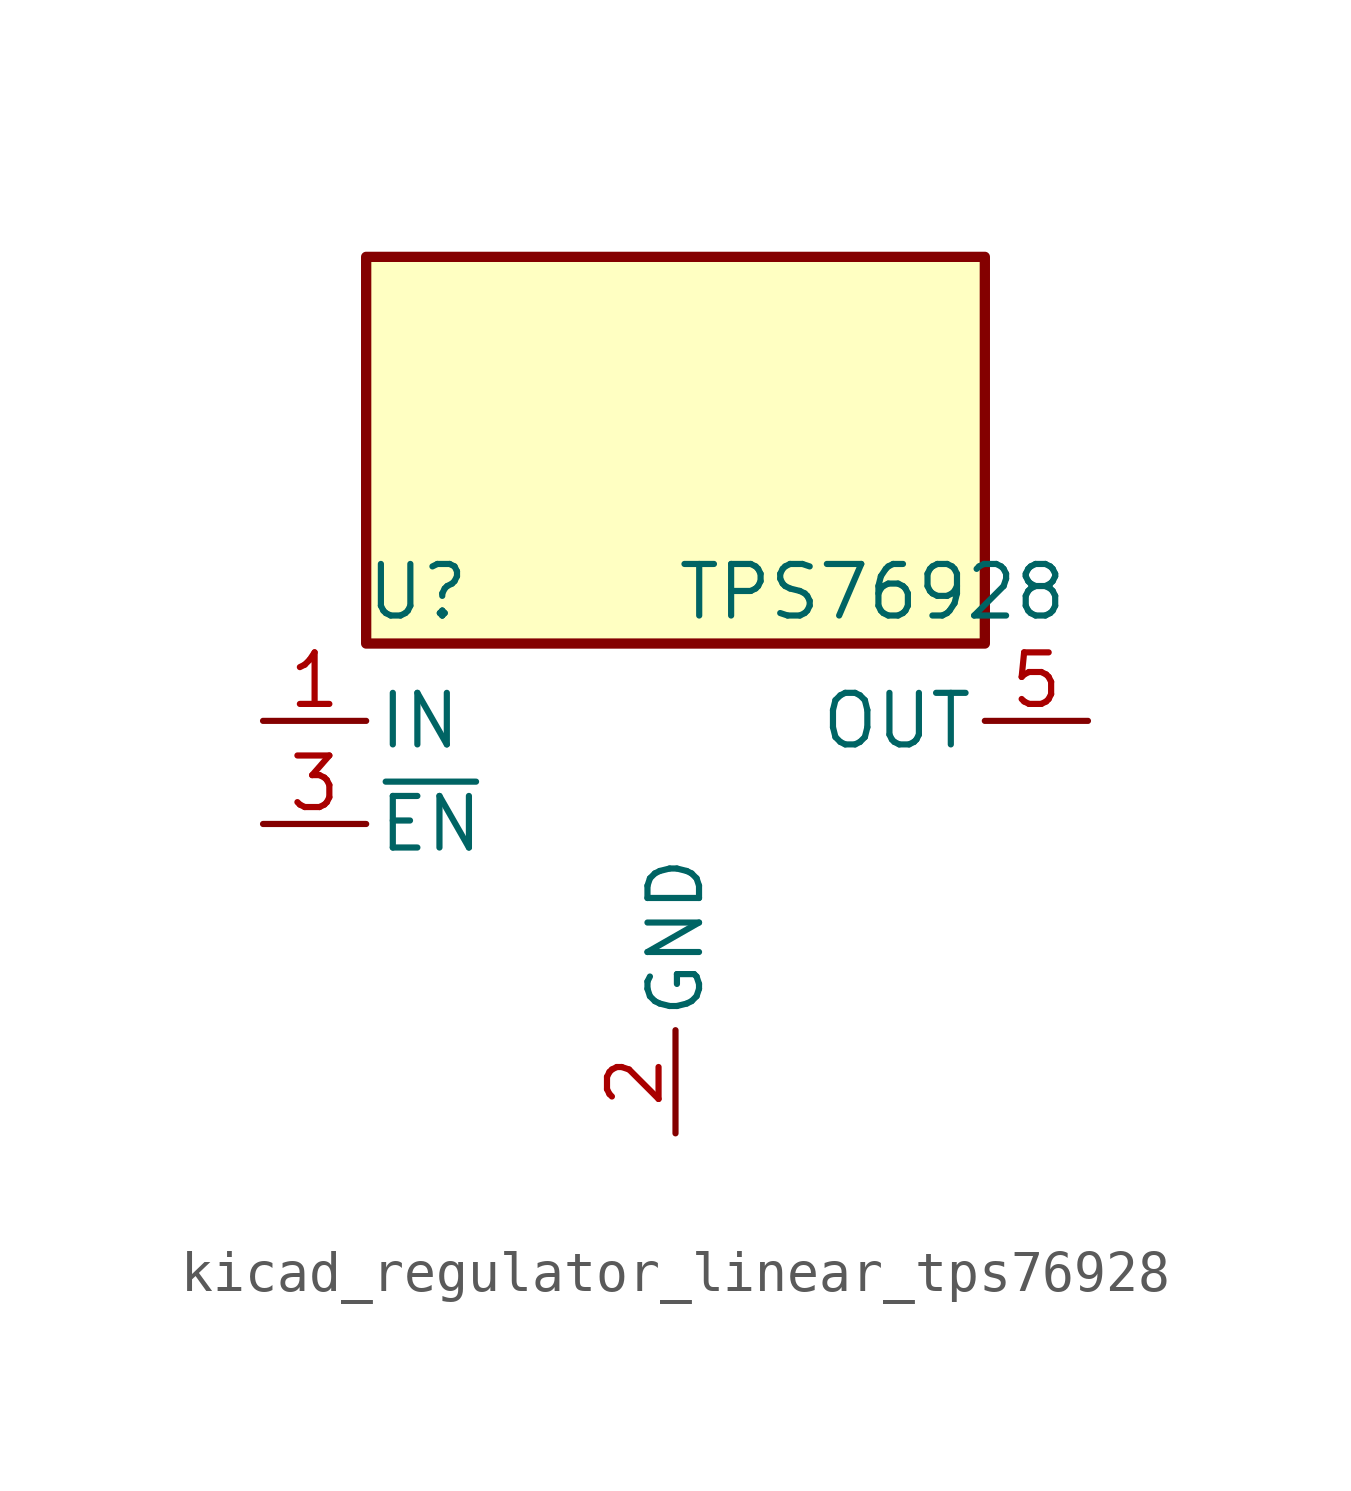
<source format=kicad_sym>
(kicad_symbol_lib
  (version 20220914)
  (generator kicad_symbol_editor)
  (symbol "kicad_regulator_linear_tps76928"
    (pin_names
      (offset 0.254))
    (property "Reference" "U"
      (at -6.35 5.715 0)
      (effects (font (size 1.27 1.27))))
    (property "Value" "TPS76928"
      (at 0 5.715 0)
      (effects (font (size 1.27 1.27)) (justify left)))
    (symbol "kicad_regulator_linear_tps76928_0_1"
      (rectangle (start 7.62 13.97) (end -7.62 4.445) (stroke (width 0.254) (type default)) (fill (type background))))
    (symbol "kicad_regulator_linear_tps76928_1_1"
      (pin power_in line (at -10.16 2.54 0) (length 2.54) (name "IN" (effects (font (size 1.27 1.27)))) (number "1" (effects (font (size 1.27 1.27)))))
      (pin power_in line (at 0 -7.62 90) (length 2.54) (name "GND" (effects (font (size 1.27 1.27)))) (number "2" (effects (font (size 1.27 1.27)))))
      (pin input line (at -10.16 0 0) (length 2.54) (name "~{EN}" (effects (font (size 1.27 1.27)))) (number "3" (effects (font (size 1.27 1.27)))))
      (pin no_connect line (at 7.62 0 180) (length 2.54) hide (name "NC" (effects (font (size 1.27 1.27)))) (number "4" (effects (font (size 1.27 1.27)))))
      (pin power_out line (at 10.16 2.54 180) (length 2.54) (name "OUT" (effects (font (size 1.27 1.27)))) (number "5" (effects (font (size 1.27 1.27))))))))
</source>
